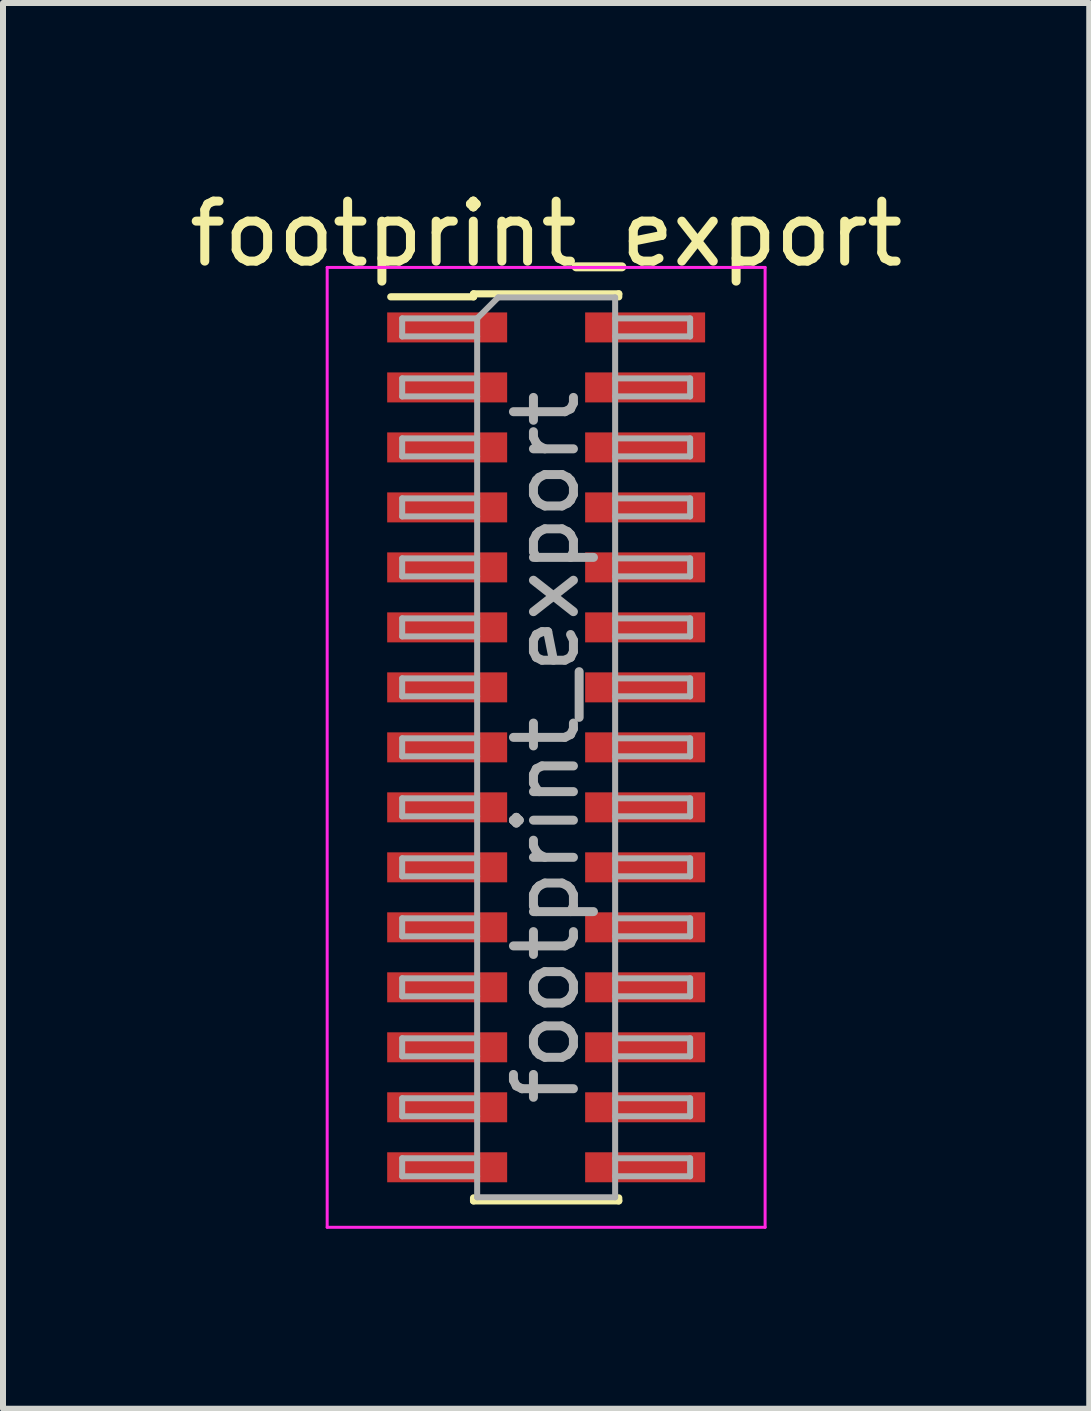
<source format=kicad_pcb>
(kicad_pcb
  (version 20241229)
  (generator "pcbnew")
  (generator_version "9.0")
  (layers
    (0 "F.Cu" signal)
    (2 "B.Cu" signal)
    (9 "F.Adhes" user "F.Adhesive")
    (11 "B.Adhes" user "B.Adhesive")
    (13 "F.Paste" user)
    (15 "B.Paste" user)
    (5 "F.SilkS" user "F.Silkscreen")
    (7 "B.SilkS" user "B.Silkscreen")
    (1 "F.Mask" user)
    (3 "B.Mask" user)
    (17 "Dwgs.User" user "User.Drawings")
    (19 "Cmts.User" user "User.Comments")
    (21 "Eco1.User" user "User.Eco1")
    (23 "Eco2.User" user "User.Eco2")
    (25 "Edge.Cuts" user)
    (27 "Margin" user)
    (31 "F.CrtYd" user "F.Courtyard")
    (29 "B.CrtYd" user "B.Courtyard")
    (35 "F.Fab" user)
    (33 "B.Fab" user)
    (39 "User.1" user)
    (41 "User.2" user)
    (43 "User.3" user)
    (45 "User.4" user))
  (footprint "footprint_export"
    (layer "F.Cu")
    (at 6.054 9.408)
    (property "Reference" "footprint_export" (at 0 -8.56 0) (layer "F.SilkS") (effects (font (size 1 1) (thickness 0.15))))
    (attr smd)
    (fp_line (start -2.59 -7.51) (end -1.21 -7.51) (stroke (width 0.12) (type solid)) (layer "F.SilkS"))
    (fp_line (start -1.21 -7.56) (end -1.21 -7.51) (stroke (width 0.12) (type solid)) (layer "F.SilkS"))
    (fp_line (start -1.21 -7.56) (end 1.21 -7.56) (stroke (width 0.12) (type solid)) (layer "F.SilkS"))
    (fp_line (start -1.21 7.51) (end -1.21 7.56) (stroke (width 0.12) (type solid)) (layer "F.SilkS"))
    (fp_line (start -1.21 7.56) (end 1.21 7.56) (stroke (width 0.12) (type solid)) (layer "F.SilkS"))
    (fp_line (start 1.21 -7.56) (end 1.21 -7.51) (stroke (width 0.12) (type solid)) (layer "F.SilkS"))
    (fp_line (start 1.21 7.51) (end 1.21 7.56) (stroke (width 0.12) (type solid)) (layer "F.SilkS"))
    (fp_line (start -3.65 -8) (end -3.65 8) (stroke (width 0.05) (type solid)) (layer "F.CrtYd"))
    (fp_line (start -3.65 8) (end 3.65 8) (stroke (width 0.05) (type solid)) (layer "F.CrtYd"))
    (fp_line (start 3.65 -8) (end -3.65 -8) (stroke (width 0.05) (type solid)) (layer "F.CrtYd"))
    (fp_line (start 3.65 8) (end 3.65 -8) (stroke (width 0.05) (type solid)) (layer "F.CrtYd"))
    (fp_line (start -2.4 -7.15) (end -2.4 -6.85) (stroke (width 0.1) (type solid)) (layer "F.Fab"))
    (fp_line (start -2.4 -6.85) (end -1.15 -6.85) (stroke (width 0.1) (type solid)) (layer "F.Fab"))
    (fp_line (start -2.4 -6.15) (end -2.4 -5.85) (stroke (width 0.1) (type solid)) (layer "F.Fab"))
    (fp_line (start -2.4 -5.85) (end -1.15 -5.85) (stroke (width 0.1) (type solid)) (layer "F.Fab"))
    (fp_line (start -2.4 -5.15) (end -2.4 -4.85) (stroke (width 0.1) (type solid)) (layer "F.Fab"))
    (fp_line (start -2.4 -4.85) (end -1.15 -4.85) (stroke (width 0.1) (type solid)) (layer "F.Fab"))
    (fp_line (start -2.4 -4.15) (end -2.4 -3.85) (stroke (width 0.1) (type solid)) (layer "F.Fab"))
    (fp_line (start -2.4 -3.85) (end -1.15 -3.85) (stroke (width 0.1) (type solid)) (layer "F.Fab"))
    (fp_line (start -2.4 -3.15) (end -2.4 -2.85) (stroke (width 0.1) (type solid)) (layer "F.Fab"))
    (fp_line (start -2.4 -2.85) (end -1.15 -2.85) (stroke (width 0.1) (type solid)) (layer "F.Fab"))
    (fp_line (start -2.4 -2.15) (end -2.4 -1.85) (stroke (width 0.1) (type solid)) (layer "F.Fab"))
    (fp_line (start -2.4 -1.85) (end -1.15 -1.85) (stroke (width 0.1) (type solid)) (layer "F.Fab"))
    (fp_line (start -2.4 -1.15) (end -2.4 -0.85) (stroke (width 0.1) (type solid)) (layer "F.Fab"))
    (fp_line (start -2.4 -0.85) (end -1.15 -0.85) (stroke (width 0.1) (type solid)) (layer "F.Fab"))
    (fp_line (start -2.4 -0.15) (end -2.4 0.15) (stroke (width 0.1) (type solid)) (layer "F.Fab"))
    (fp_line (start -2.4 0.15) (end -1.15 0.15) (stroke (width 0.1) (type solid)) (layer "F.Fab"))
    (fp_line (start -2.4 0.85) (end -2.4 1.15) (stroke (width 0.1) (type solid)) (layer "F.Fab"))
    (fp_line (start -2.4 1.15) (end -1.15 1.15) (stroke (width 0.1) (type solid)) (layer "F.Fab"))
    (fp_line (start -2.4 1.85) (end -2.4 2.15) (stroke (width 0.1) (type solid)) (layer "F.Fab"))
    (fp_line (start -2.4 2.15) (end -1.15 2.15) (stroke (width 0.1) (type solid)) (layer "F.Fab"))
    (fp_line (start -2.4 2.85) (end -2.4 3.15) (stroke (width 0.1) (type solid)) (layer "F.Fab"))
    (fp_line (start -2.4 3.15) (end -1.15 3.15) (stroke (width 0.1) (type solid)) (layer "F.Fab"))
    (fp_line (start -2.4 3.85) (end -2.4 4.15) (stroke (width 0.1) (type solid)) (layer "F.Fab"))
    (fp_line (start -2.4 4.15) (end -1.15 4.15) (stroke (width 0.1) (type solid)) (layer "F.Fab"))
    (fp_line (start -2.4 4.85) (end -2.4 5.15) (stroke (width 0.1) (type solid)) (layer "F.Fab"))
    (fp_line (start -2.4 5.15) (end -1.15 5.15) (stroke (width 0.1) (type solid)) (layer "F.Fab"))
    (fp_line (start -2.4 5.85) (end -2.4 6.15) (stroke (width 0.1) (type solid)) (layer "F.Fab"))
    (fp_line (start -2.4 6.15) (end -1.15 6.15) (stroke (width 0.1) (type solid)) (layer "F.Fab"))
    (fp_line (start -2.4 6.85) (end -2.4 7.15) (stroke (width 0.1) (type solid)) (layer "F.Fab"))
    (fp_line (start -2.4 7.15) (end -1.15 7.15) (stroke (width 0.1) (type solid)) (layer "F.Fab"))
    (fp_line (start -1.15 -7.15) (end -2.4 -7.15) (stroke (width 0.1) (type solid)) (layer "F.Fab"))
    (fp_line (start -1.15 -7.15) (end -0.8 -7.5) (stroke (width 0.1) (type solid)) (layer "F.Fab"))
    (fp_line (start -1.15 -6.15) (end -2.4 -6.15) (stroke (width 0.1) (type solid)) (layer "F.Fab"))
    (fp_line (start -1.15 -5.15) (end -2.4 -5.15) (stroke (width 0.1) (type solid)) (layer "F.Fab"))
    (fp_line (start -1.15 -4.15) (end -2.4 -4.15) (stroke (width 0.1) (type solid)) (layer "F.Fab"))
    (fp_line (start -1.15 -3.15) (end -2.4 -3.15) (stroke (width 0.1) (type solid)) (layer "F.Fab"))
    (fp_line (start -1.15 -2.15) (end -2.4 -2.15) (stroke (width 0.1) (type solid)) (layer "F.Fab"))
    (fp_line (start -1.15 -1.15) (end -2.4 -1.15) (stroke (width 0.1) (type solid)) (layer "F.Fab"))
    (fp_line (start -1.15 -0.15) (end -2.4 -0.15) (stroke (width 0.1) (type solid)) (layer "F.Fab"))
    (fp_line (start -1.15 0.85) (end -2.4 0.85) (stroke (width 0.1) (type solid)) (layer "F.Fab"))
    (fp_line (start -1.15 1.85) (end -2.4 1.85) (stroke (width 0.1) (type solid)) (layer "F.Fab"))
    (fp_line (start -1.15 2.85) (end -2.4 2.85) (stroke (width 0.1) (type solid)) (layer "F.Fab"))
    (fp_line (start -1.15 3.85) (end -2.4 3.85) (stroke (width 0.1) (type solid)) (layer "F.Fab"))
    (fp_line (start -1.15 4.85) (end -2.4 4.85) (stroke (width 0.1) (type solid)) (layer "F.Fab"))
    (fp_line (start -1.15 5.85) (end -2.4 5.85) (stroke (width 0.1) (type solid)) (layer "F.Fab"))
    (fp_line (start -1.15 6.85) (end -2.4 6.85) (stroke (width 0.1) (type solid)) (layer "F.Fab"))
    (fp_line (start -1.15 7.5) (end -1.15 -7.15) (stroke (width 0.1) (type solid)) (layer "F.Fab"))
    (fp_line (start -0.8 -7.5) (end 1.15 -7.5) (stroke (width 0.1) (type solid)) (layer "F.Fab"))
    (fp_line (start 1.15 -7.5) (end 1.15 7.5) (stroke (width 0.1) (type solid)) (layer "F.Fab"))
    (fp_line (start 1.15 -7.15) (end 2.4 -7.15) (stroke (width 0.1) (type solid)) (layer "F.Fab"))
    (fp_line (start 1.15 -6.15) (end 2.4 -6.15) (stroke (width 0.1) (type solid)) (layer "F.Fab"))
    (fp_line (start 1.15 -5.15) (end 2.4 -5.15) (stroke (width 0.1) (type solid)) (layer "F.Fab"))
    (fp_line (start 1.15 -4.15) (end 2.4 -4.15) (stroke (width 0.1) (type solid)) (layer "F.Fab"))
    (fp_line (start 1.15 -3.15) (end 2.4 -3.15) (stroke (width 0.1) (type solid)) (layer "F.Fab"))
    (fp_line (start 1.15 -2.15) (end 2.4 -2.15) (stroke (width 0.1) (type solid)) (layer "F.Fab"))
    (fp_line (start 1.15 -1.15) (end 2.4 -1.15) (stroke (width 0.1) (type solid)) (layer "F.Fab"))
    (fp_line (start 1.15 -0.15) (end 2.4 -0.15) (stroke (width 0.1) (type solid)) (layer "F.Fab"))
    (fp_line (start 1.15 0.85) (end 2.4 0.85) (stroke (width 0.1) (type solid)) (layer "F.Fab"))
    (fp_line (start 1.15 1.85) (end 2.4 1.85) (stroke (width 0.1) (type solid)) (layer "F.Fab"))
    (fp_line (start 1.15 2.85) (end 2.4 2.85) (stroke (width 0.1) (type solid)) (layer "F.Fab"))
    (fp_line (start 1.15 3.85) (end 2.4 3.85) (stroke (width 0.1) (type solid)) (layer "F.Fab"))
    (fp_line (start 1.15 4.85) (end 2.4 4.85) (stroke (width 0.1) (type solid)) (layer "F.Fab"))
    (fp_line (start 1.15 5.85) (end 2.4 5.85) (stroke (width 0.1) (type solid)) (layer "F.Fab"))
    (fp_line (start 1.15 6.85) (end 2.4 6.85) (stroke (width 0.1) (type solid)) (layer "F.Fab"))
    (fp_line (start 1.15 7.5) (end -1.15 7.5) (stroke (width 0.1) (type solid)) (layer "F.Fab"))
    (fp_line (start 2.4 -7.15) (end 2.4 -6.85) (stroke (width 0.1) (type solid)) (layer "F.Fab"))
    (fp_line (start 2.4 -6.85) (end 1.15 -6.85) (stroke (width 0.1) (type solid)) (layer "F.Fab"))
    (fp_line (start 2.4 -6.15) (end 2.4 -5.85) (stroke (width 0.1) (type solid)) (layer "F.Fab"))
    (fp_line (start 2.4 -5.85) (end 1.15 -5.85) (stroke (width 0.1) (type solid)) (layer "F.Fab"))
    (fp_line (start 2.4 -5.15) (end 2.4 -4.85) (stroke (width 0.1) (type solid)) (layer "F.Fab"))
    (fp_line (start 2.4 -4.85) (end 1.15 -4.85) (stroke (width 0.1) (type solid)) (layer "F.Fab"))
    (fp_line (start 2.4 -4.15) (end 2.4 -3.85) (stroke (width 0.1) (type solid)) (layer "F.Fab"))
    (fp_line (start 2.4 -3.85) (end 1.15 -3.85) (stroke (width 0.1) (type solid)) (layer "F.Fab"))
    (fp_line (start 2.4 -3.15) (end 2.4 -2.85) (stroke (width 0.1) (type solid)) (layer "F.Fab"))
    (fp_line (start 2.4 -2.85) (end 1.15 -2.85) (stroke (width 0.1) (type solid)) (layer "F.Fab"))
    (fp_line (start 2.4 -2.15) (end 2.4 -1.85) (stroke (width 0.1) (type solid)) (layer "F.Fab"))
    (fp_line (start 2.4 -1.85) (end 1.15 -1.85) (stroke (width 0.1) (type solid)) (layer "F.Fab"))
    (fp_line (start 2.4 -1.15) (end 2.4 -0.85) (stroke (width 0.1) (type solid)) (layer "F.Fab"))
    (fp_line (start 2.4 -0.85) (end 1.15 -0.85) (stroke (width 0.1) (type solid)) (layer "F.Fab"))
    (fp_line (start 2.4 -0.15) (end 2.4 0.15) (stroke (width 0.1) (type solid)) (layer "F.Fab"))
    (fp_line (start 2.4 0.15) (end 1.15 0.15) (stroke (width 0.1) (type solid)) (layer "F.Fab"))
    (fp_line (start 2.4 0.85) (end 2.4 1.15) (stroke (width 0.1) (type solid)) (layer "F.Fab"))
    (fp_line (start 2.4 1.15) (end 1.15 1.15) (stroke (width 0.1) (type solid)) (layer "F.Fab"))
    (fp_line (start 2.4 1.85) (end 2.4 2.15) (stroke (width 0.1) (type solid)) (layer "F.Fab"))
    (fp_line (start 2.4 2.15) (end 1.15 2.15) (stroke (width 0.1) (type solid)) (layer "F.Fab"))
    (fp_line (start 2.4 2.85) (end 2.4 3.15) (stroke (width 0.1) (type solid)) (layer "F.Fab"))
    (fp_line (start 2.4 3.15) (end 1.15 3.15) (stroke (width 0.1) (type solid)) (layer "F.Fab"))
    (fp_line (start 2.4 3.85) (end 2.4 4.15) (stroke (width 0.1) (type solid)) (layer "F.Fab"))
    (fp_line (start 2.4 4.15) (end 1.15 4.15) (stroke (width 0.1) (type solid)) (layer "F.Fab"))
    (fp_line (start 2.4 4.85) (end 2.4 5.15) (stroke (width 0.1) (type solid)) (layer "F.Fab"))
    (fp_line (start 2.4 5.15) (end 1.15 5.15) (stroke (width 0.1) (type solid)) (layer "F.Fab"))
    (fp_line (start 2.4 5.85) (end 2.4 6.15) (stroke (width 0.1) (type solid)) (layer "F.Fab"))
    (fp_line (start 2.4 6.15) (end 1.15 6.15) (stroke (width 0.1) (type solid)) (layer "F.Fab"))
    (fp_line (start 2.4 6.85) (end 2.4 7.15) (stroke (width 0.1) (type solid)) (layer "F.Fab"))
    (fp_line (start 2.4 7.15) (end 1.15 7.15) (stroke (width 0.1) (type solid)) (layer "F.Fab"))
    (fp_text user "${REFERENCE}" (at 0 0 90) (layer "F.Fab") (effects (font (size 1 1) (thickness 0.15))))
    (pad "1" smd rect (at -1.65 -7) (size 2 0.5) (layers "F.Cu" "F.Mask" "F.Paste"))
    (pad "2" smd rect (at 1.65 -7) (size 2 0.5) (layers "F.Cu" "F.Mask" "F.Paste"))
    (pad "3" smd rect (at -1.65 -6) (size 2 0.5) (layers "F.Cu" "F.Mask" "F.Paste"))
    (pad "4" smd rect (at 1.65 -6) (size 2 0.5) (layers "F.Cu" "F.Mask" "F.Paste"))
    (pad "5" smd rect (at -1.65 -5) (size 2 0.5) (layers "F.Cu" "F.Mask" "F.Paste"))
    (pad "6" smd rect (at 1.65 -5) (size 2 0.5) (layers "F.Cu" "F.Mask" "F.Paste"))
    (pad "7" smd rect (at -1.65 -4) (size 2 0.5) (layers "F.Cu" "F.Mask" "F.Paste"))
    (pad "8" smd rect (at 1.65 -4) (size 2 0.5) (layers "F.Cu" "F.Mask" "F.Paste"))
    (pad "9" smd rect (at -1.65 -3) (size 2 0.5) (layers "F.Cu" "F.Mask" "F.Paste"))
    (pad "10" smd rect (at 1.65 -3) (size 2 0.5) (layers "F.Cu" "F.Mask" "F.Paste"))
    (pad "11" smd rect (at -1.65 -2) (size 2 0.5) (layers "F.Cu" "F.Mask" "F.Paste"))
    (pad "12" smd rect (at 1.65 -2) (size 2 0.5) (layers "F.Cu" "F.Mask" "F.Paste"))
    (pad "13" smd rect (at -1.65 -1) (size 2 0.5) (layers "F.Cu" "F.Mask" "F.Paste"))
    (pad "14" smd rect (at 1.65 -1) (size 2 0.5) (layers "F.Cu" "F.Mask" "F.Paste"))
    (pad "15" smd rect (at -1.65 0) (size 2 0.5) (layers "F.Cu" "F.Mask" "F.Paste"))
    (pad "16" smd rect (at 1.65 0) (size 2 0.5) (layers "F.Cu" "F.Mask" "F.Paste"))
    (pad "17" smd rect (at -1.65 1) (size 2 0.5) (layers "F.Cu" "F.Mask" "F.Paste"))
    (pad "18" smd rect (at 1.65 1) (size 2 0.5) (layers "F.Cu" "F.Mask" "F.Paste"))
    (pad "19" smd rect (at -1.65 2) (size 2 0.5) (layers "F.Cu" "F.Mask" "F.Paste"))
    (pad "20" smd rect (at 1.65 2) (size 2 0.5) (layers "F.Cu" "F.Mask" "F.Paste"))
    (pad "21" smd rect (at -1.65 3) (size 2 0.5) (layers "F.Cu" "F.Mask" "F.Paste"))
    (pad "22" smd rect (at 1.65 3) (size 2 0.5) (layers "F.Cu" "F.Mask" "F.Paste"))
    (pad "23" smd rect (at -1.65 4) (size 2 0.5) (layers "F.Cu" "F.Mask" "F.Paste"))
    (pad "24" smd rect (at 1.65 4) (size 2 0.5) (layers "F.Cu" "F.Mask" "F.Paste"))
    (pad "25" smd rect (at -1.65 5) (size 2 0.5) (layers "F.Cu" "F.Mask" "F.Paste"))
    (pad "26" smd rect (at 1.65 5) (size 2 0.5) (layers "F.Cu" "F.Mask" "F.Paste"))
    (pad "27" smd rect (at -1.65 6) (size 2 0.5) (layers "F.Cu" "F.Mask" "F.Paste"))
    (pad "28" smd rect (at 1.65 6) (size 2 0.5) (layers "F.Cu" "F.Mask" "F.Paste"))
    (pad "29" smd rect (at -1.65 7) (size 2 0.5) (layers "F.Cu" "F.Mask" "F.Paste"))
    (pad "30" smd rect (at 1.65 7) (size 2 0.5) (layers "F.Cu" "F.Mask" "F.Paste")))
  (gr_rect
    (start -3 -3)
    (end 15.107 20.433)
    (stroke (width 0.1) (type default))
    (fill no)
    (layer "Edge.Cuts")))
</source>
